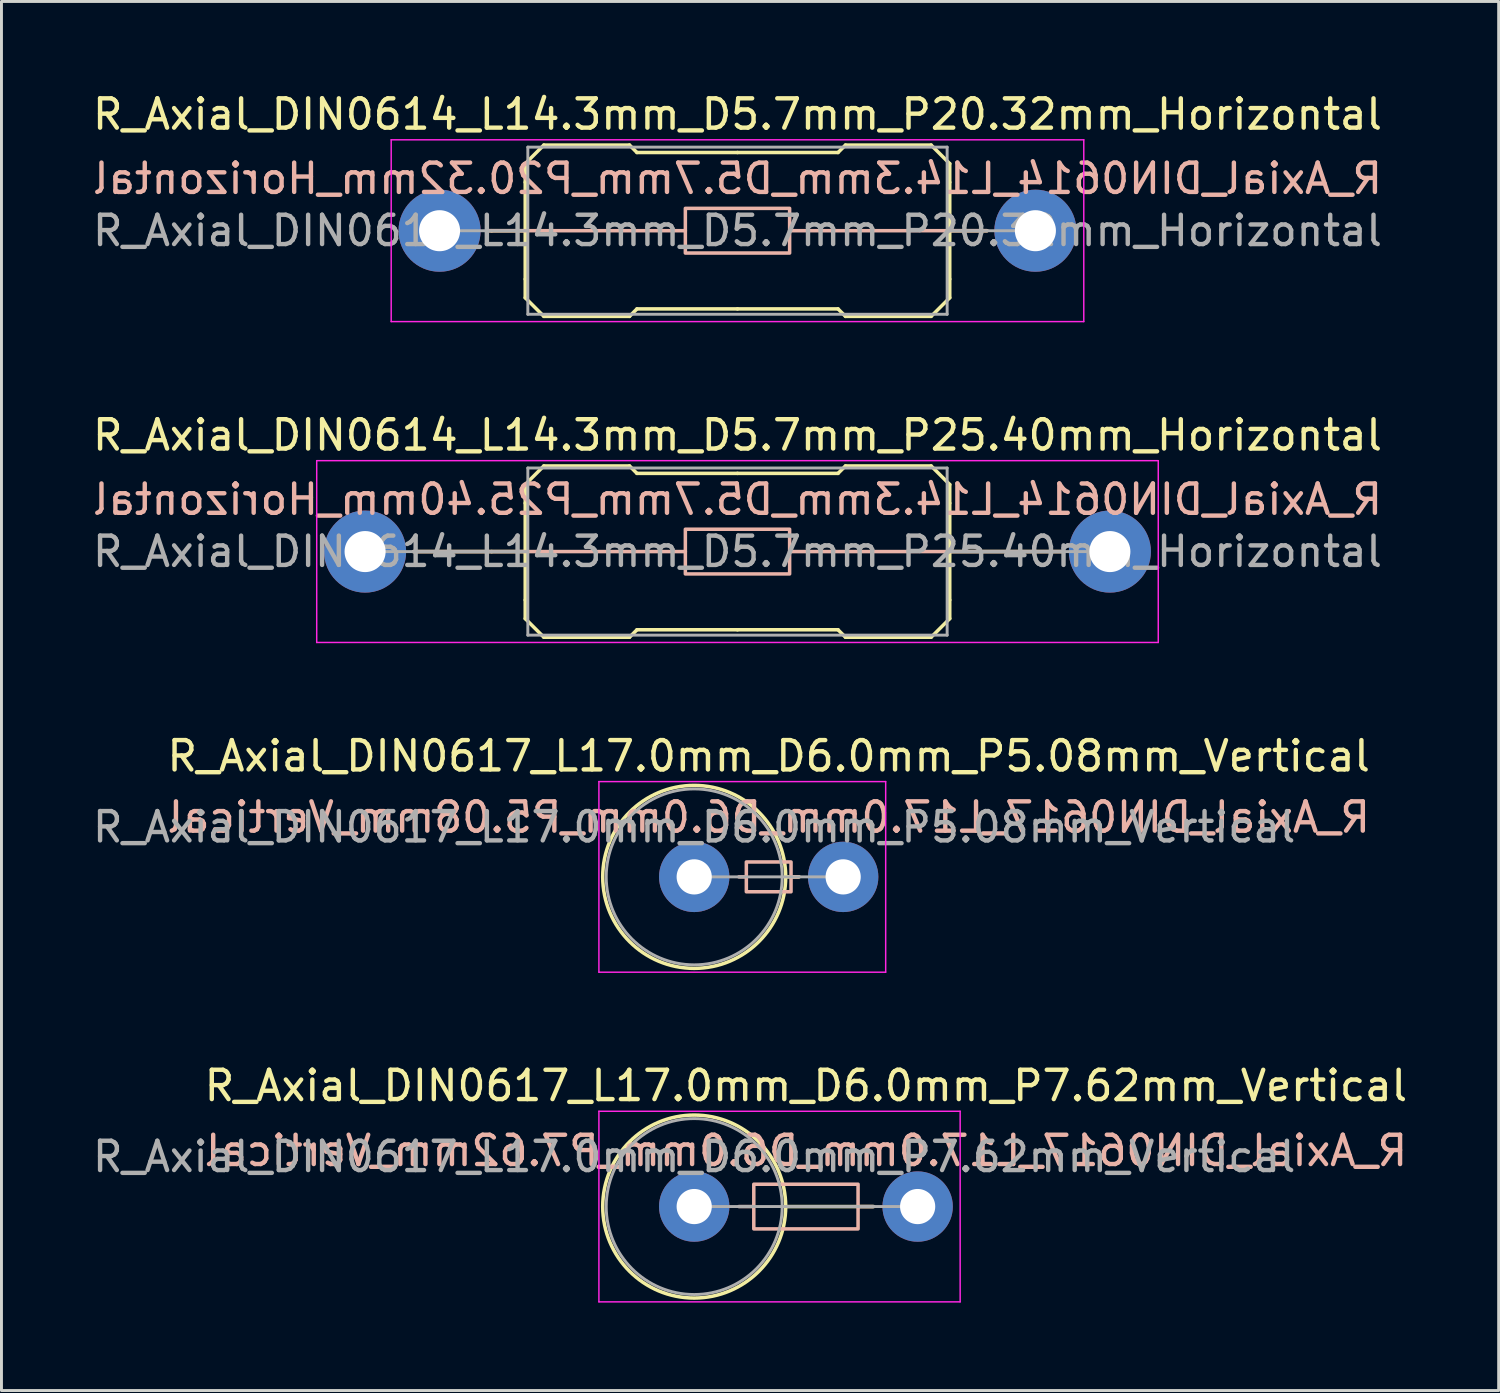
<source format=kicad_pcb>
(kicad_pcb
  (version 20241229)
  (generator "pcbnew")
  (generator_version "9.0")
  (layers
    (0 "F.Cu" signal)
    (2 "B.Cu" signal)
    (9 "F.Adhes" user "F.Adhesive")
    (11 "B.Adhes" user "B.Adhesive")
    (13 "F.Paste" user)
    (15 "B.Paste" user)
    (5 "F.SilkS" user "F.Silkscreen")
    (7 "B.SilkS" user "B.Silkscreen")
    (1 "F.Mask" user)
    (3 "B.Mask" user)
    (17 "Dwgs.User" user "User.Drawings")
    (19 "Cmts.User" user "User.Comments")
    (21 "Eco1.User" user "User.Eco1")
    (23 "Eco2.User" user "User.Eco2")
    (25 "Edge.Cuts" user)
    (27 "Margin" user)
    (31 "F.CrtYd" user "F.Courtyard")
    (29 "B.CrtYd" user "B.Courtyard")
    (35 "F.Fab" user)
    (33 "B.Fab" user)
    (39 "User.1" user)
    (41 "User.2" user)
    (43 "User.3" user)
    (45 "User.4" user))
  (footprint "R_Axial_DIN0617_L17.0mm_D6.0mm_P7.62mm_Vertical"
    (layer "F.Cu")
    (at 20.625 38.098)
    (property "Reference" "R_Axial_DIN0617_L17.0mm_D6.0mm_P7.62mm_Vertical" (at 3.81 -4.12 0) (layer "F.SilkS") (effects (font (size 1 1) (thickness 0.15))))
    (fp_line (start 3.12 0) (end 6.12 0) (stroke (width 0.12) (type solid)) (layer "F.SilkS"))
    (fp_circle (center 0 0) (end 3.12 0) (stroke (width 0.12) (type solid)) (fill no) (layer "F.SilkS"))
    (fp_line (start 2.032 0) (end 1.524 0) (stroke (width 0.12) (type solid)) (layer "B.SilkS"))
    (fp_line (start 5.588 0) (end 6.096 0) (stroke (width 0.12) (type solid)) (layer "B.SilkS"))
    (fp_rect (start 2.032 -0.762) (end 5.588 0.762) (stroke (width 0.12) (type solid)) (fill no) (layer "B.SilkS"))
    (fp_line (start -3.25 -3.25) (end -3.25 3.25) (stroke (width 0.05) (type solid)) (layer "F.CrtYd"))
    (fp_line (start -3.25 3.25) (end 9.07 3.25) (stroke (width 0.05) (type solid)) (layer "F.CrtYd"))
    (fp_line (start 9.07 -3.25) (end -3.25 -3.25) (stroke (width 0.05) (type solid)) (layer "F.CrtYd"))
    (fp_line (start 9.07 3.25) (end 9.07 -3.25) (stroke (width 0.05) (type solid)) (layer "F.CrtYd"))
    (fp_line (start 0 0) (end 7.62 0) (stroke (width 0.1) (type solid)) (layer "F.Fab"))
    (fp_circle (center 0 0) (end 3 0) (stroke (width 0.1) (type solid)) (fill no) (layer "F.Fab"))
    (fp_text user "${REFERENCE}" (at 3.81 -1.905 0) (layer "B.SilkS") (effects (font (size 1 1) (thickness 0.15)) (justify mirror)))
    (fp_text user "${REFERENCE}" (at 0 -1.7 0) (layer "F.Fab") (effects (font (size 1 1) (thickness 0.15))))
    (pad "1" thru_hole circle (at 0 0) (size 2.4 2.4) (drill 1.2) (layers "*.Cu" "*.Mask"))
    (pad "2" thru_hole oval (at 7.62 0) (size 2.4 2.4) (drill 1.2) (layers "*.Cu" "*.Mask")))
  (footprint "R_Axial_DIN0614_L14.3mm_D5.7mm_P20.32mm_Horizontal"
    (layer "F.Cu")
    (at 11.941 4.818)
    (property "Reference" "R_Axial_DIN0614_L14.3mm_D5.7mm_P20.32mm_Horizontal" (at 10.16 -3.97 0) (layer "F.SilkS") (effects (font (size 1 1) (thickness 0.15))))
    (fp_line (start 1.778 0) (end 1.651 0) (stroke (width 0.12) (type solid)) (layer "F.SilkS"))
    (fp_line (start 1.778 0) (end 2.921 0) (stroke (width 0.12) (type solid)) (layer "F.SilkS"))
    (fp_line (start 2.921 -2.286) (end 2.921 -1.651) (stroke (width 0.12) (type solid)) (layer "F.SilkS"))
    (fp_line (start 2.921 -2.286) (end 3.556 -2.921) (stroke (width 0.12) (type solid)) (layer "F.SilkS"))
    (fp_line (start 2.921 1.651) (end 2.921 -1.651) (stroke (width 0.12) (type solid)) (layer "F.SilkS"))
    (fp_line (start 2.921 2.286) (end 2.921 1.651) (stroke (width 0.12) (type solid)) (layer "F.SilkS"))
    (fp_line (start 2.921 2.286) (end 3.556 2.921) (stroke (width 0.12) (type solid)) (layer "F.SilkS"))
    (fp_line (start 3.556 -2.921) (end 6.477 -2.921) (stroke (width 0.12) (type solid)) (layer "F.SilkS"))
    (fp_line (start 3.556 2.921) (end 6.477 2.921) (stroke (width 0.12) (type solid)) (layer "F.SilkS"))
    (fp_line (start 6.477 -2.921) (end 6.731 -2.667) (stroke (width 0.12) (type solid)) (layer "F.SilkS"))
    (fp_line (start 6.477 2.921) (end 6.731 2.667) (stroke (width 0.12) (type solid)) (layer "F.SilkS"))
    (fp_line (start 6.731 -2.667) (end 10.16 -2.667) (stroke (width 0.12) (type solid)) (layer "F.SilkS"))
    (fp_line (start 6.731 2.667) (end 10.16 2.667) (stroke (width 0.12) (type solid)) (layer "F.SilkS"))
    (fp_line (start 13.589 -2.667) (end 10.16 -2.667) (stroke (width 0.12) (type solid)) (layer "F.SilkS"))
    (fp_line (start 13.589 2.667) (end 10.16 2.667) (stroke (width 0.12) (type solid)) (layer "F.SilkS"))
    (fp_line (start 13.843 -2.921) (end 13.589 -2.667) (stroke (width 0.12) (type solid)) (layer "F.SilkS"))
    (fp_line (start 13.843 2.921) (end 13.589 2.667) (stroke (width 0.12) (type solid)) (layer "F.SilkS"))
    (fp_line (start 16.764 -2.921) (end 13.843 -2.921) (stroke (width 0.12) (type solid)) (layer "F.SilkS"))
    (fp_line (start 16.764 2.921) (end 13.843 2.921) (stroke (width 0.12) (type solid)) (layer "F.SilkS"))
    (fp_line (start 17.399 -2.286) (end 16.764 -2.921) (stroke (width 0.12) (type solid)) (layer "F.SilkS"))
    (fp_line (start 17.399 -2.286) (end 17.399 -1.651) (stroke (width 0.12) (type solid)) (layer "F.SilkS"))
    (fp_line (start 17.399 0) (end 18.669 0) (stroke (width 0.12) (type solid)) (layer "F.SilkS"))
    (fp_line (start 17.399 1.651) (end 17.399 -1.651) (stroke (width 0.12) (type solid)) (layer "F.SilkS"))
    (fp_line (start 17.399 2.286) (end 16.764 2.921) (stroke (width 0.12) (type solid)) (layer "F.SilkS"))
    (fp_line (start 17.399 2.286) (end 17.399 1.651) (stroke (width 0.12) (type solid)) (layer "F.SilkS"))
    (fp_line (start 8.382 0) (end 1.651 0) (stroke (width 0.12) (type solid)) (layer "B.SilkS"))
    (fp_line (start 11.938 0) (end 18.669 0) (stroke (width 0.12) (type solid)) (layer "B.SilkS"))
    (fp_rect (start 8.382 -0.762) (end 11.938 0.762) (stroke (width 0.12) (type solid)) (fill no) (layer "B.SilkS"))
    (fp_line (start -1.65 -3.1) (end -1.65 3.1) (stroke (width 0.05) (type solid)) (layer "F.CrtYd"))
    (fp_line (start -1.65 3.1) (end 21.97 3.1) (stroke (width 0.05) (type solid)) (layer "F.CrtYd"))
    (fp_line (start 21.97 -3.1) (end -1.65 -3.1) (stroke (width 0.05) (type solid)) (layer "F.CrtYd"))
    (fp_line (start 21.97 3.1) (end 21.97 -3.1) (stroke (width 0.05) (type solid)) (layer "F.CrtYd"))
    (fp_line (start 0 0) (end 3.01 0) (stroke (width 0.1) (type solid)) (layer "F.Fab"))
    (fp_line (start 3.01 -2.85) (end 3.01 2.85) (stroke (width 0.1) (type solid)) (layer "F.Fab"))
    (fp_line (start 3.01 2.85) (end 17.31 2.85) (stroke (width 0.1) (type solid)) (layer "F.Fab"))
    (fp_line (start 17.31 -2.85) (end 3.01 -2.85) (stroke (width 0.1) (type solid)) (layer "F.Fab"))
    (fp_line (start 17.31 2.85) (end 17.31 -2.85) (stroke (width 0.1) (type solid)) (layer "F.Fab"))
    (fp_line (start 20.32 0) (end 17.31 0) (stroke (width 0.1) (type solid)) (layer "F.Fab"))
    (fp_text user "${REFERENCE}" (at 10.16 -1.778 0) (layer "B.SilkS") (effects (font (size 1 1) (thickness 0.15)) (justify mirror)))
    (fp_text user "${REFERENCE}" (at 10.16 0 0) (layer "F.Fab") (effects (font (size 1 1) (thickness 0.15))))
    (pad "1" thru_hole circle (at 0 0) (size 2.8 2.8) (drill 1.4) (layers "*.Cu" "*.Mask"))
    (pad "2" thru_hole oval (at 20.32 0) (size 2.8 2.8) (drill 1.4) (layers "*.Cu" "*.Mask")))
  (footprint "R_Axial_DIN0614_L14.3mm_D5.7mm_P25.40mm_Horizontal"
    (layer "F.Cu")
    (at 9.401 15.761)
    (property "Reference" "R_Axial_DIN0614_L14.3mm_D5.7mm_P25.40mm_Horizontal" (at 12.7 -3.97 0) (layer "F.SilkS") (effects (font (size 1 1) (thickness 0.15))))
    (fp_line (start 4.318 0) (end 1.651 0) (stroke (width 0.12) (type solid)) (layer "F.SilkS"))
    (fp_line (start 4.318 0) (end 5.461 0) (stroke (width 0.12) (type solid)) (layer "F.SilkS"))
    (fp_line (start 5.461 -2.286) (end 5.461 -1.651) (stroke (width 0.12) (type solid)) (layer "F.SilkS"))
    (fp_line (start 5.461 -2.286) (end 6.096 -2.921) (stroke (width 0.12) (type solid)) (layer "F.SilkS"))
    (fp_line (start 5.461 1.651) (end 5.461 -1.651) (stroke (width 0.12) (type solid)) (layer "F.SilkS"))
    (fp_line (start 5.461 2.286) (end 5.461 1.651) (stroke (width 0.12) (type solid)) (layer "F.SilkS"))
    (fp_line (start 5.461 2.286) (end 6.096 2.921) (stroke (width 0.12) (type solid)) (layer "F.SilkS"))
    (fp_line (start 6.096 -2.921) (end 9.017 -2.921) (stroke (width 0.12) (type solid)) (layer "F.SilkS"))
    (fp_line (start 6.096 2.921) (end 9.017 2.921) (stroke (width 0.12) (type solid)) (layer "F.SilkS"))
    (fp_line (start 9.017 -2.921) (end 9.271 -2.667) (stroke (width 0.12) (type solid)) (layer "F.SilkS"))
    (fp_line (start 9.017 2.921) (end 9.271 2.667) (stroke (width 0.12) (type solid)) (layer "F.SilkS"))
    (fp_line (start 9.271 -2.667) (end 12.7 -2.667) (stroke (width 0.12) (type solid)) (layer "F.SilkS"))
    (fp_line (start 9.271 2.667) (end 12.7 2.667) (stroke (width 0.12) (type solid)) (layer "F.SilkS"))
    (fp_line (start 16.129 -2.667) (end 12.7 -2.667) (stroke (width 0.12) (type solid)) (layer "F.SilkS"))
    (fp_line (start 16.129 2.667) (end 12.7 2.667) (stroke (width 0.12) (type solid)) (layer "F.SilkS"))
    (fp_line (start 16.383 -2.921) (end 16.129 -2.667) (stroke (width 0.12) (type solid)) (layer "F.SilkS"))
    (fp_line (start 16.383 2.921) (end 16.129 2.667) (stroke (width 0.12) (type solid)) (layer "F.SilkS"))
    (fp_line (start 19.304 -2.921) (end 16.383 -2.921) (stroke (width 0.12) (type solid)) (layer "F.SilkS"))
    (fp_line (start 19.304 2.921) (end 16.383 2.921) (stroke (width 0.12) (type solid)) (layer "F.SilkS"))
    (fp_line (start 19.939 -2.286) (end 19.304 -2.921) (stroke (width 0.12) (type solid)) (layer "F.SilkS"))
    (fp_line (start 19.939 -2.286) (end 19.939 -1.651) (stroke (width 0.12) (type solid)) (layer "F.SilkS"))
    (fp_line (start 19.939 0) (end 23.749 0) (stroke (width 0.12) (type solid)) (layer "F.SilkS"))
    (fp_line (start 19.939 1.651) (end 19.939 -1.651) (stroke (width 0.12) (type solid)) (layer "F.SilkS"))
    (fp_line (start 19.939 2.286) (end 19.304 2.921) (stroke (width 0.12) (type solid)) (layer "F.SilkS"))
    (fp_line (start 19.939 2.286) (end 19.939 1.651) (stroke (width 0.12) (type solid)) (layer "F.SilkS"))
    (fp_line (start 10.922 0) (end 1.651 0) (stroke (width 0.12) (type solid)) (layer "B.SilkS"))
    (fp_line (start 14.478 0) (end 23.749 0) (stroke (width 0.12) (type solid)) (layer "B.SilkS"))
    (fp_rect (start 10.922 -0.762) (end 14.478 0.762) (stroke (width 0.12) (type solid)) (fill no) (layer "B.SilkS"))
    (fp_line (start -1.65 -3.1) (end -1.65 3.1) (stroke (width 0.05) (type solid)) (layer "F.CrtYd"))
    (fp_line (start -1.65 3.1) (end 27.05 3.1) (stroke (width 0.05) (type solid)) (layer "F.CrtYd"))
    (fp_line (start 27.05 -3.1) (end -1.65 -3.1) (stroke (width 0.05) (type solid)) (layer "F.CrtYd"))
    (fp_line (start 27.05 3.1) (end 27.05 -3.1) (stroke (width 0.05) (type solid)) (layer "F.CrtYd"))
    (fp_line (start 0 0) (end 5.55 0) (stroke (width 0.1) (type solid)) (layer "F.Fab"))
    (fp_line (start 5.55 -2.85) (end 5.55 2.85) (stroke (width 0.1) (type solid)) (layer "F.Fab"))
    (fp_line (start 5.55 2.85) (end 19.85 2.85) (stroke (width 0.1) (type solid)) (layer "F.Fab"))
    (fp_line (start 19.85 -2.85) (end 5.55 -2.85) (stroke (width 0.1) (type solid)) (layer "F.Fab"))
    (fp_line (start 19.85 2.85) (end 19.85 -2.85) (stroke (width 0.1) (type solid)) (layer "F.Fab"))
    (fp_line (start 25.4 0) (end 19.85 0) (stroke (width 0.1) (type solid)) (layer "F.Fab"))
    (fp_text user "${REFERENCE}" (at 12.7 -1.778 0) (layer "B.SilkS") (effects (font (size 1 1) (thickness 0.15)) (justify mirror)))
    (fp_text user "${REFERENCE}" (at 12.7 0 0) (layer "F.Fab") (effects (font (size 1 1) (thickness 0.15))))
    (pad "1" thru_hole circle (at 0 0) (size 2.8 2.8) (drill 1.4) (layers "*.Cu" "*.Mask"))
    (pad "2" thru_hole oval (at 25.4 0) (size 2.8 2.8) (drill 1.4) (layers "*.Cu" "*.Mask")))
  (footprint "R_Axial_DIN0617_L17.0mm_D6.0mm_P5.08mm_Vertical"
    (layer "F.Cu")
    (at 20.625 26.855)
    (property "Reference" "R_Axial_DIN0617_L17.0mm_D6.0mm_P5.08mm_Vertical" (at 2.54 -4.12 0) (layer "F.SilkS") (effects (font (size 1 1) (thickness 0.15))))
    (fp_line (start 3.12 0) (end 3.58 0) (stroke (width 0.12) (type solid)) (layer "F.SilkS"))
    (fp_circle (center 0 0) (end 3.12 0) (stroke (width 0.12) (type solid)) (fill no) (layer "F.SilkS"))
    (fp_line (start 1.524 0) (end 1.778 0) (stroke (width 0.12) (type solid)) (layer "B.SilkS"))
    (fp_line (start 3.556 0) (end 3.302 0) (stroke (width 0.12) (type solid)) (layer "B.SilkS"))
    (fp_rect (start 1.778 -0.508) (end 3.302 0.508) (stroke (width 0.12) (type solid)) (fill no) (layer "B.SilkS"))
    (fp_line (start -3.25 -3.25) (end -3.25 3.25) (stroke (width 0.05) (type solid)) (layer "F.CrtYd"))
    (fp_line (start -3.25 3.25) (end 6.53 3.25) (stroke (width 0.05) (type solid)) (layer "F.CrtYd"))
    (fp_line (start 6.53 -3.25) (end -3.25 -3.25) (stroke (width 0.05) (type solid)) (layer "F.CrtYd"))
    (fp_line (start 6.53 3.25) (end 6.53 -3.25) (stroke (width 0.05) (type solid)) (layer "F.CrtYd"))
    (fp_line (start 0 0) (end 5.08 0) (stroke (width 0.1) (type solid)) (layer "F.Fab"))
    (fp_circle (center 0 0) (end 3 0) (stroke (width 0.1) (type solid)) (fill no) (layer "F.Fab"))
    (fp_text user "${REFERENCE}" (at 2.54 -2.032 0) (layer "B.SilkS") (effects (font (size 1 1) (thickness 0.15)) (justify mirror)))
    (fp_text user "${REFERENCE}" (at 0 -1.7 0) (layer "F.Fab") (effects (font (size 1 1) (thickness 0.15))))
    (pad "1" thru_hole circle (at 0 0) (size 2.4 2.4) (drill 1.2) (layers "*.Cu" "*.Mask"))
    (pad "2" thru_hole oval (at 5.08 0) (size 2.4 2.4) (drill 1.2) (layers "*.Cu" "*.Mask")))
  (gr_rect
    (start -3 -3)
    (end 48.06 44.373)
    (stroke (width 0.1) (type default))
    (fill no)
    (layer "Edge.Cuts")))
</source>
